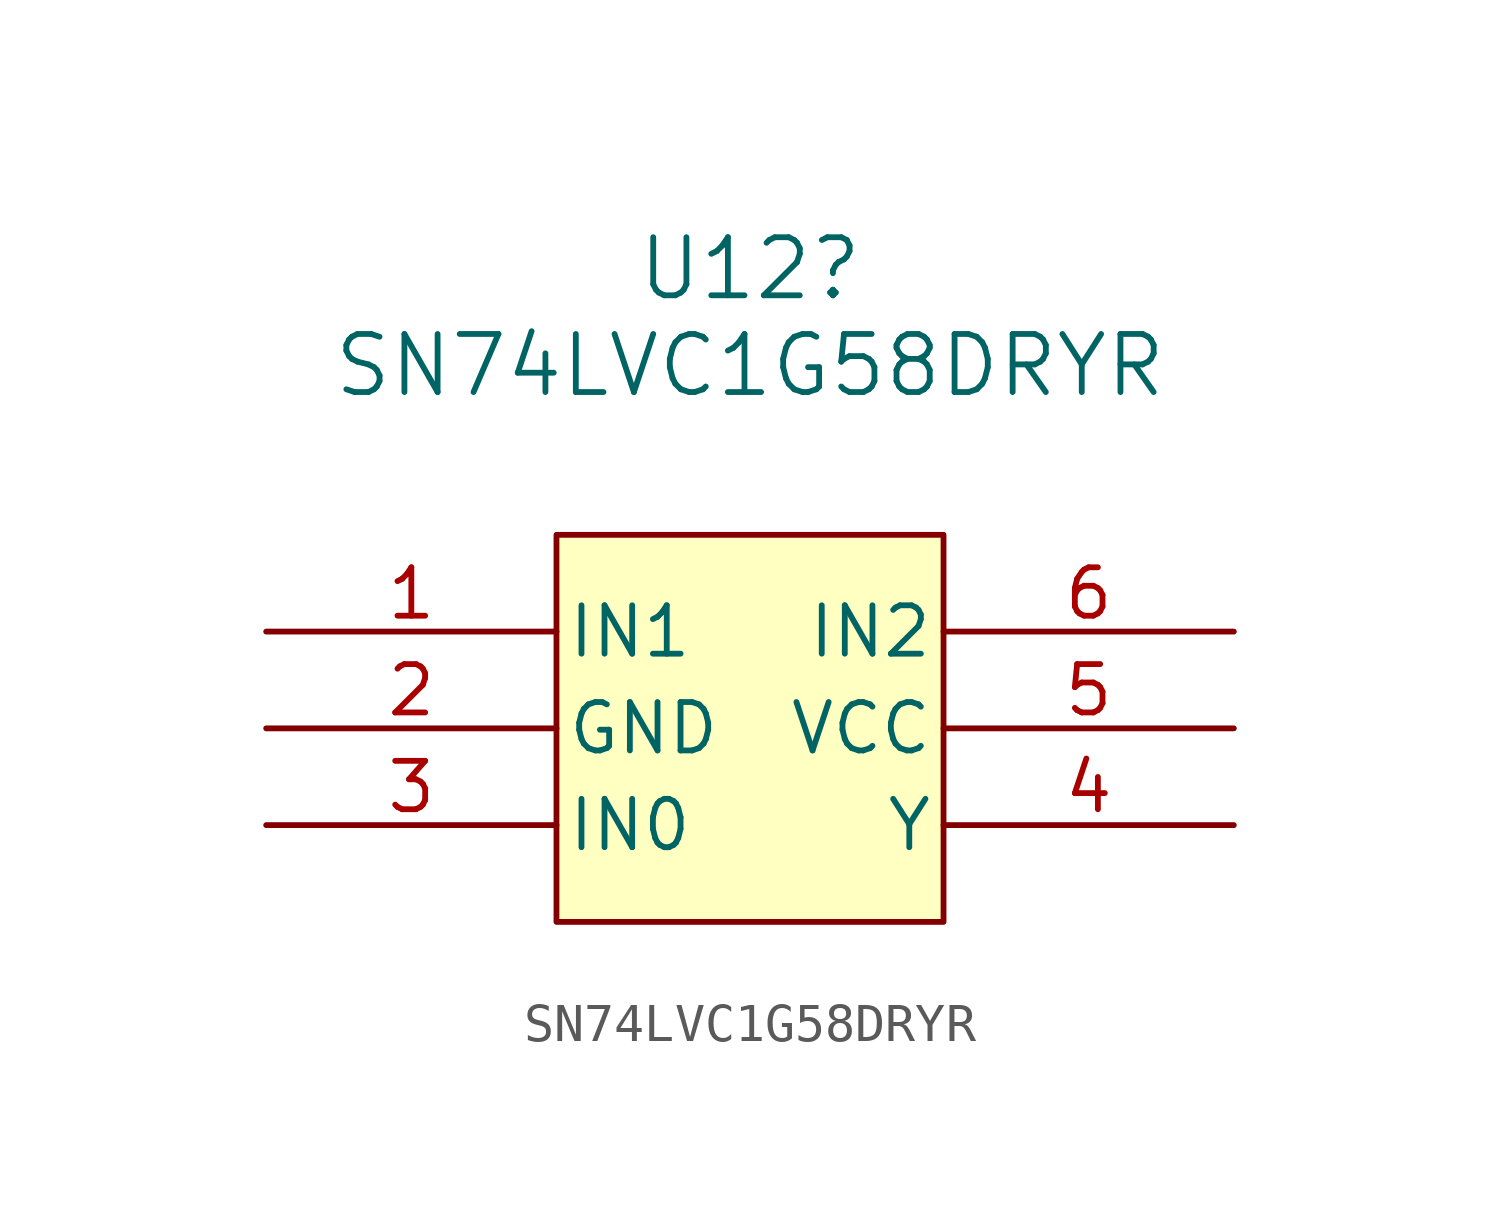
<source format=kicad_sym>
(kicad_symbol_lib
  (version 20220914)
  (generator kicad_symbol_editor)
  (symbol "SN74LVC1G58DRYR"
    (pin_names
      (offset 0.254))
    (property "Reference" "U12"
      (at 0 12.065 0)
      (effects (font (size 1.524 1.524))))
    (property "Value" "SN74LVC1G58DRYR"
      (at 0 9.525 0)
      (effects (font (size 1.524 1.524))))
    (property "ki_locked" ""
      (at 0 0 0)
      (effects (font (size 1.27 1.27))))
    (symbol "SN74LVC1G58DRYR_0_1"
      (pin input line (at -12.7 2.54 0) (length 7.62) (name "IN1" (effects (font (size 1.27 1.27)))) (number "1" (effects (font (size 1.27 1.27)))))
      (pin power_in line (at -12.7 0 0) (length 7.62) (name "GND" (effects (font (size 1.27 1.27)))) (number "2" (effects (font (size 1.27 1.27)))))
      (pin input line (at -12.7 -2.54 0) (length 7.62) (name "IN0" (effects (font (size 1.27 1.27)))) (number "3" (effects (font (size 1.27 1.27)))))
      (pin output line (at 12.7 -2.54 180) (length 7.62) (name "Y" (effects (font (size 1.27 1.27)))) (number "4" (effects (font (size 1.27 1.27)))))
      (pin power_in line (at 12.7 0 180) (length 7.62) (name "VCC" (effects (font (size 1.27 1.27)))) (number "5" (effects (font (size 1.27 1.27)))))
      (pin input line (at 12.7 2.54 180) (length 7.62) (name "IN2" (effects (font (size 1.27 1.27)))) (number "6" (effects (font (size 1.27 1.27))))))
    (symbol "SN74LVC1G58DRYR_1_1"
      (rectangle (start -5.08 5.08) (end 5.08 -5.08) (stroke (width 0) (type default)) (fill (type background))))))
</source>
